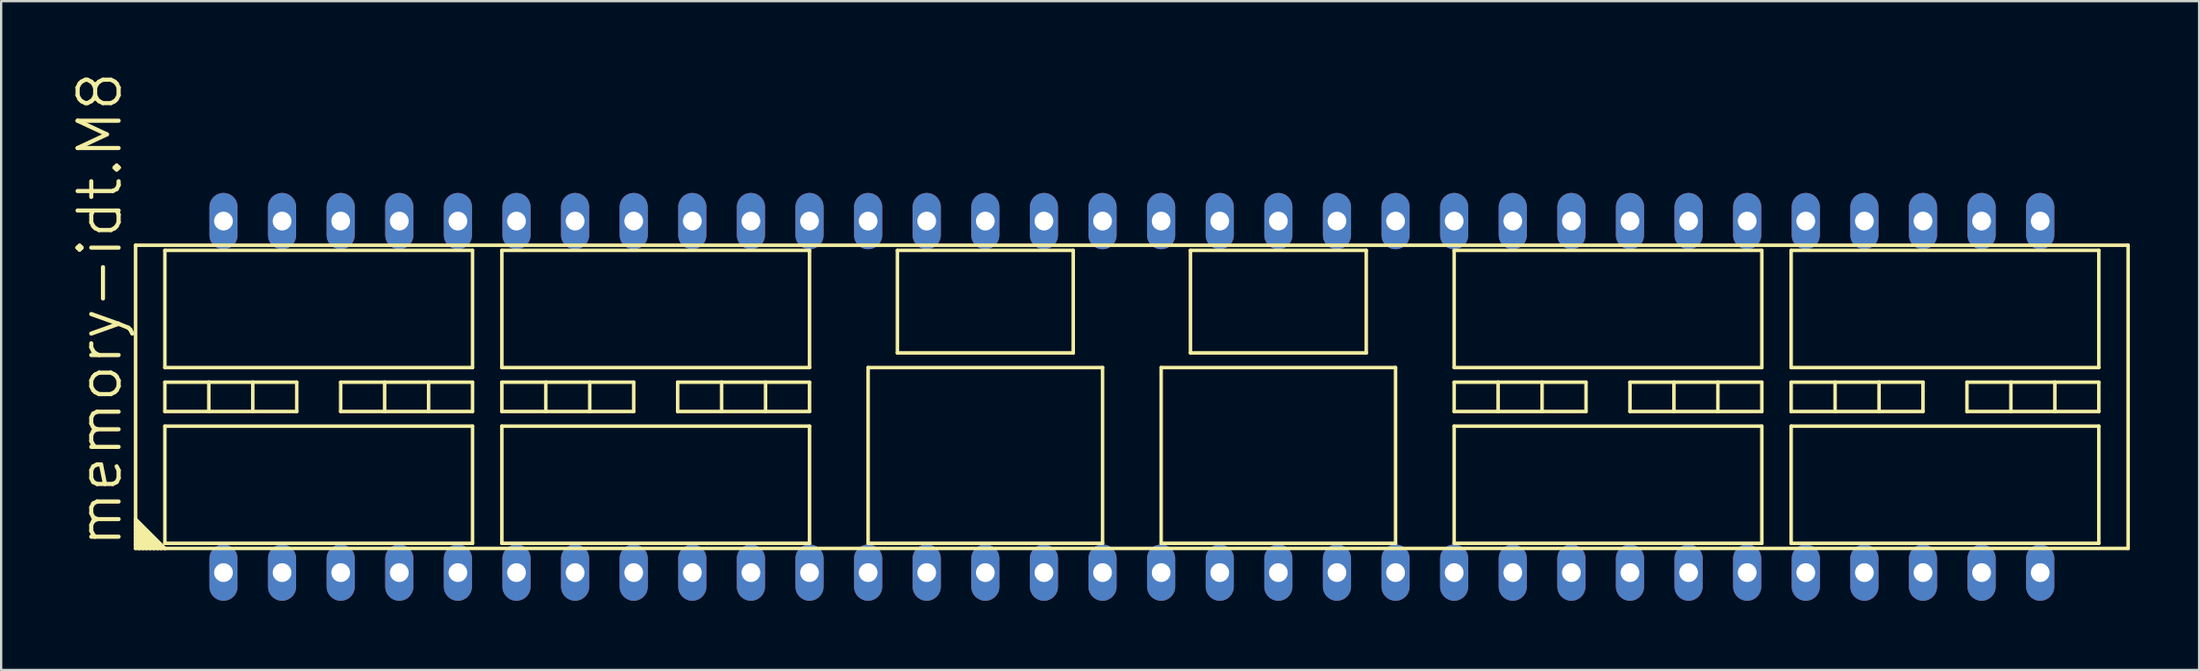
<source format=kicad_pcb>
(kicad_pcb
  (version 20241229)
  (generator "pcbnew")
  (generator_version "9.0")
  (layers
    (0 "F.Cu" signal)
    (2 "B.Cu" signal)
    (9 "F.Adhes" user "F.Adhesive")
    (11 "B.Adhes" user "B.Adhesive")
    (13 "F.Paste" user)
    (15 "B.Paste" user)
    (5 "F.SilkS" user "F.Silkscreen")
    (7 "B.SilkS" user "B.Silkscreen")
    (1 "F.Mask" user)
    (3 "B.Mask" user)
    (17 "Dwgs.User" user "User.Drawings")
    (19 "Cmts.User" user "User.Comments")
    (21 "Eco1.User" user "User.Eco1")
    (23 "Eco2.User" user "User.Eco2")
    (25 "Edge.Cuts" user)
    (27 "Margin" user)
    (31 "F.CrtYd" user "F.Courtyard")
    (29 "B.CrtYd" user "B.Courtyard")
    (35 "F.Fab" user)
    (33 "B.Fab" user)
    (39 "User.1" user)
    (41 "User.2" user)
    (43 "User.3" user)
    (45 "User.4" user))
  (footprint "memory-idt.M8"
    (layer "F.Cu")
    (at 46.006 14.154)
    (property "Reference" "memory-idt.M8" (at -43.688 6.604 90) (layer "F.SilkS") (effects (font (size 1.778 1.778) (thickness 0.18)) (justify left bottom)))
    (attr through_hole)
    (fp_line (start -43.18 -6.572) (end 43.18 -6.572) (stroke (width 0.152) (type default)) (layer "F.SilkS"))
    (fp_line (start -43.18 5.302) (end -43.18 -6.572) (stroke (width 0.152) (type default)) (layer "F.SilkS"))
    (fp_line (start -43.18 5.302) (end -41.91 6.572) (stroke (width 0.152) (type default)) (layer "F.SilkS"))
    (fp_line (start -43.18 5.461) (end -43.18 5.302) (stroke (width 0.152) (type default)) (layer "F.SilkS"))
    (fp_line (start -43.18 5.461) (end -42.069 6.572) (stroke (width 0.152) (type default)) (layer "F.SilkS"))
    (fp_line (start -43.18 5.62) (end -43.18 5.461) (stroke (width 0.152) (type default)) (layer "F.SilkS"))
    (fp_line (start -43.18 5.62) (end -42.228 6.572) (stroke (width 0.152) (type default)) (layer "F.SilkS"))
    (fp_line (start -43.18 5.779) (end -43.18 5.62) (stroke (width 0.152) (type default)) (layer "F.SilkS"))
    (fp_line (start -43.18 5.779) (end -42.386 6.572) (stroke (width 0.152) (type default)) (layer "F.SilkS"))
    (fp_line (start -43.18 5.937) (end -43.18 5.779) (stroke (width 0.152) (type default)) (layer "F.SilkS"))
    (fp_line (start -43.18 5.937) (end -42.545 6.572) (stroke (width 0.152) (type default)) (layer "F.SilkS"))
    (fp_line (start -43.18 6.096) (end -43.18 5.937) (stroke (width 0.152) (type default)) (layer "F.SilkS"))
    (fp_line (start -43.18 6.096) (end -42.704 6.572) (stroke (width 0.152) (type default)) (layer "F.SilkS"))
    (fp_line (start -43.18 6.255) (end -43.18 6.096) (stroke (width 0.152) (type default)) (layer "F.SilkS"))
    (fp_line (start -43.18 6.255) (end -42.863 6.572) (stroke (width 0.152) (type default)) (layer "F.SilkS"))
    (fp_line (start -43.18 6.414) (end -43.18 6.255) (stroke (width 0.152) (type default)) (layer "F.SilkS"))
    (fp_line (start -43.18 6.414) (end -43.021 6.572) (stroke (width 0.152) (type default)) (layer "F.SilkS"))
    (fp_line (start -43.18 6.572) (end -43.18 6.414) (stroke (width 0.152) (type default)) (layer "F.SilkS"))
    (fp_line (start -43.021 6.572) (end -43.18 6.572) (stroke (width 0.152) (type default)) (layer "F.SilkS"))
    (fp_line (start -42.863 6.572) (end -43.021 6.572) (stroke (width 0.152) (type default)) (layer "F.SilkS"))
    (fp_line (start -42.704 6.572) (end -42.863 6.572) (stroke (width 0.152) (type default)) (layer "F.SilkS"))
    (fp_line (start -42.545 6.572) (end -42.704 6.572) (stroke (width 0.152) (type default)) (layer "F.SilkS"))
    (fp_line (start -42.386 6.572) (end -42.545 6.572) (stroke (width 0.152) (type default)) (layer "F.SilkS"))
    (fp_line (start -42.228 6.572) (end -42.386 6.572) (stroke (width 0.152) (type default)) (layer "F.SilkS"))
    (fp_line (start -42.069 6.572) (end -42.228 6.572) (stroke (width 0.152) (type default)) (layer "F.SilkS"))
    (fp_line (start -41.91 -6.35) (end -41.91 -1.27) (stroke (width 0.152) (type default)) (layer "F.SilkS"))
    (fp_line (start -41.91 -1.27) (end -28.575 -1.27) (stroke (width 0.152) (type default)) (layer "F.SilkS"))
    (fp_line (start -41.91 -0.635) (end -40.005 -0.635) (stroke (width 0.152) (type default)) (layer "F.SilkS"))
    (fp_line (start -41.91 0.635) (end -41.91 -0.635) (stroke (width 0.152) (type default)) (layer "F.SilkS"))
    (fp_line (start -41.91 1.27) (end -41.91 6.35) (stroke (width 0.152) (type default)) (layer "F.SilkS"))
    (fp_line (start -41.91 6.35) (end -28.575 6.35) (stroke (width 0.152) (type default)) (layer "F.SilkS"))
    (fp_line (start -41.91 6.572) (end -42.069 6.572) (stroke (width 0.152) (type default)) (layer "F.SilkS"))
    (fp_line (start -40.005 -0.635) (end -38.1 -0.635) (stroke (width 0.152) (type default)) (layer "F.SilkS"))
    (fp_line (start -40.005 0.635) (end -41.91 0.635) (stroke (width 0.152) (type default)) (layer "F.SilkS"))
    (fp_line (start -40.005 0.635) (end -40.005 -0.635) (stroke (width 0.152) (type default)) (layer "F.SilkS"))
    (fp_line (start -38.1 -0.635) (end -36.195 -0.635) (stroke (width 0.152) (type default)) (layer "F.SilkS"))
    (fp_line (start -38.1 0.635) (end -40.005 0.635) (stroke (width 0.152) (type default)) (layer "F.SilkS"))
    (fp_line (start -38.1 0.635) (end -38.1 -0.635) (stroke (width 0.152) (type default)) (layer "F.SilkS"))
    (fp_line (start -36.195 0.635) (end -38.1 0.635) (stroke (width 0.152) (type default)) (layer "F.SilkS"))
    (fp_line (start -36.195 0.635) (end -36.195 -0.635) (stroke (width 0.152) (type default)) (layer "F.SilkS"))
    (fp_line (start -34.29 -0.635) (end -32.385 -0.635) (stroke (width 0.152) (type default)) (layer "F.SilkS"))
    (fp_line (start -34.29 0.635) (end -34.29 -0.635) (stroke (width 0.152) (type default)) (layer "F.SilkS"))
    (fp_line (start -34.29 0.635) (end -32.385 0.635) (stroke (width 0.152) (type default)) (layer "F.SilkS"))
    (fp_line (start -32.385 -0.635) (end -30.48 -0.635) (stroke (width 0.152) (type default)) (layer "F.SilkS"))
    (fp_line (start -32.385 0.635) (end -32.385 -0.635) (stroke (width 0.152) (type default)) (layer "F.SilkS"))
    (fp_line (start -32.385 0.635) (end -30.48 0.635) (stroke (width 0.152) (type default)) (layer "F.SilkS"))
    (fp_line (start -30.48 -0.635) (end -28.575 -0.635) (stroke (width 0.152) (type default)) (layer "F.SilkS"))
    (fp_line (start -30.48 0.635) (end -30.48 -0.635) (stroke (width 0.152) (type default)) (layer "F.SilkS"))
    (fp_line (start -30.48 0.635) (end -28.575 0.635) (stroke (width 0.152) (type default)) (layer "F.SilkS"))
    (fp_line (start -28.575 -6.35) (end -41.91 -6.35) (stroke (width 0.152) (type default)) (layer "F.SilkS"))
    (fp_line (start -28.575 -1.27) (end -28.575 -6.35) (stroke (width 0.152) (type default)) (layer "F.SilkS"))
    (fp_line (start -28.575 0.635) (end -28.575 -0.635) (stroke (width 0.152) (type default)) (layer "F.SilkS"))
    (fp_line (start -28.575 1.27) (end -41.91 1.27) (stroke (width 0.152) (type default)) (layer "F.SilkS"))
    (fp_line (start -28.575 6.35) (end -28.575 1.27) (stroke (width 0.152) (type default)) (layer "F.SilkS"))
    (fp_line (start -27.305 -6.35) (end -27.305 -1.27) (stroke (width 0.152) (type default)) (layer "F.SilkS"))
    (fp_line (start -27.305 -1.27) (end -13.97 -1.27) (stroke (width 0.152) (type default)) (layer "F.SilkS"))
    (fp_line (start -27.305 -0.635) (end -25.4 -0.635) (stroke (width 0.152) (type default)) (layer "F.SilkS"))
    (fp_line (start -27.305 0.635) (end -27.305 -0.635) (stroke (width 0.152) (type default)) (layer "F.SilkS"))
    (fp_line (start -27.305 1.27) (end -27.305 6.35) (stroke (width 0.152) (type default)) (layer "F.SilkS"))
    (fp_line (start -27.305 6.35) (end -13.97 6.35) (stroke (width 0.152) (type default)) (layer "F.SilkS"))
    (fp_line (start -25.4 -0.635) (end -23.495 -0.635) (stroke (width 0.152) (type default)) (layer "F.SilkS"))
    (fp_line (start -25.4 0.635) (end -27.305 0.635) (stroke (width 0.152) (type default)) (layer "F.SilkS"))
    (fp_line (start -25.4 0.635) (end -25.4 -0.635) (stroke (width 0.152) (type default)) (layer "F.SilkS"))
    (fp_line (start -23.495 -0.635) (end -21.59 -0.635) (stroke (width 0.152) (type default)) (layer "F.SilkS"))
    (fp_line (start -23.495 0.635) (end -25.4 0.635) (stroke (width 0.152) (type default)) (layer "F.SilkS"))
    (fp_line (start -23.495 0.635) (end -23.495 -0.635) (stroke (width 0.152) (type default)) (layer "F.SilkS"))
    (fp_line (start -21.59 0.635) (end -23.495 0.635) (stroke (width 0.152) (type default)) (layer "F.SilkS"))
    (fp_line (start -21.59 0.635) (end -21.59 -0.635) (stroke (width 0.152) (type default)) (layer "F.SilkS"))
    (fp_line (start -19.685 -0.635) (end -17.78 -0.635) (stroke (width 0.152) (type default)) (layer "F.SilkS"))
    (fp_line (start -19.685 0.635) (end -19.685 -0.635) (stroke (width 0.152) (type default)) (layer "F.SilkS"))
    (fp_line (start -19.685 0.635) (end -17.78 0.635) (stroke (width 0.152) (type default)) (layer "F.SilkS"))
    (fp_line (start -17.78 -0.635) (end -15.875 -0.635) (stroke (width 0.152) (type default)) (layer "F.SilkS"))
    (fp_line (start -17.78 0.635) (end -17.78 -0.635) (stroke (width 0.152) (type default)) (layer "F.SilkS"))
    (fp_line (start -17.78 0.635) (end -15.875 0.635) (stroke (width 0.152) (type default)) (layer "F.SilkS"))
    (fp_line (start -15.875 -0.635) (end -13.97 -0.635) (stroke (width 0.152) (type default)) (layer "F.SilkS"))
    (fp_line (start -15.875 0.635) (end -15.875 -0.635) (stroke (width 0.152) (type default)) (layer "F.SilkS"))
    (fp_line (start -15.875 0.635) (end -13.97 0.635) (stroke (width 0.152) (type default)) (layer "F.SilkS"))
    (fp_line (start -13.97 -6.35) (end -27.305 -6.35) (stroke (width 0.152) (type default)) (layer "F.SilkS"))
    (fp_line (start -13.97 -1.27) (end -13.97 -6.35) (stroke (width 0.152) (type default)) (layer "F.SilkS"))
    (fp_line (start -13.97 0.635) (end -13.97 -0.635) (stroke (width 0.152) (type default)) (layer "F.SilkS"))
    (fp_line (start -13.97 1.27) (end -27.305 1.27) (stroke (width 0.152) (type default)) (layer "F.SilkS"))
    (fp_line (start -13.97 6.35) (end -13.97 1.27) (stroke (width 0.152) (type default)) (layer "F.SilkS"))
    (fp_line (start -11.43 -1.27) (end -1.27 -1.27) (stroke (width 0.152) (type default)) (layer "F.SilkS"))
    (fp_line (start -11.43 6.35) (end -11.43 -1.27) (stroke (width 0.152) (type default)) (layer "F.SilkS"))
    (fp_line (start -10.16 -6.35) (end -10.16 -1.905) (stroke (width 0.152) (type default)) (layer "F.SilkS"))
    (fp_line (start -10.16 -1.905) (end -2.54 -1.905) (stroke (width 0.152) (type default)) (layer "F.SilkS"))
    (fp_line (start -2.54 -6.35) (end -10.16 -6.35) (stroke (width 0.152) (type default)) (layer "F.SilkS"))
    (fp_line (start -2.54 -1.905) (end -2.54 -6.35) (stroke (width 0.152) (type default)) (layer "F.SilkS"))
    (fp_line (start -1.27 -1.27) (end -1.27 6.35) (stroke (width 0.152) (type default)) (layer "F.SilkS"))
    (fp_line (start -1.27 6.35) (end -11.43 6.35) (stroke (width 0.152) (type default)) (layer "F.SilkS"))
    (fp_line (start 1.27 -1.27) (end 11.43 -1.27) (stroke (width 0.152) (type default)) (layer "F.SilkS"))
    (fp_line (start 1.27 6.35) (end 1.27 -1.27) (stroke (width 0.152) (type default)) (layer "F.SilkS"))
    (fp_line (start 2.54 -6.35) (end 2.54 -1.905) (stroke (width 0.152) (type default)) (layer "F.SilkS"))
    (fp_line (start 2.54 -1.905) (end 10.16 -1.905) (stroke (width 0.152) (type default)) (layer "F.SilkS"))
    (fp_line (start 10.16 -6.35) (end 2.54 -6.35) (stroke (width 0.152) (type default)) (layer "F.SilkS"))
    (fp_line (start 10.16 -1.905) (end 10.16 -6.35) (stroke (width 0.152) (type default)) (layer "F.SilkS"))
    (fp_line (start 11.43 -1.27) (end 11.43 6.35) (stroke (width 0.152) (type default)) (layer "F.SilkS"))
    (fp_line (start 11.43 6.35) (end 1.27 6.35) (stroke (width 0.152) (type default)) (layer "F.SilkS"))
    (fp_line (start 13.97 -6.35) (end 13.97 -1.27) (stroke (width 0.152) (type default)) (layer "F.SilkS"))
    (fp_line (start 13.97 -1.27) (end 27.305 -1.27) (stroke (width 0.152) (type default)) (layer "F.SilkS"))
    (fp_line (start 13.97 -0.635) (end 15.875 -0.635) (stroke (width 0.152) (type default)) (layer "F.SilkS"))
    (fp_line (start 13.97 0.635) (end 13.97 -0.635) (stroke (width 0.152) (type default)) (layer "F.SilkS"))
    (fp_line (start 13.97 1.27) (end 13.97 6.35) (stroke (width 0.152) (type default)) (layer "F.SilkS"))
    (fp_line (start 13.97 6.35) (end 27.305 6.35) (stroke (width 0.152) (type default)) (layer "F.SilkS"))
    (fp_line (start 15.875 -0.635) (end 17.78 -0.635) (stroke (width 0.152) (type default)) (layer "F.SilkS"))
    (fp_line (start 15.875 0.635) (end 13.97 0.635) (stroke (width 0.152) (type default)) (layer "F.SilkS"))
    (fp_line (start 15.875 0.635) (end 15.875 -0.635) (stroke (width 0.152) (type default)) (layer "F.SilkS"))
    (fp_line (start 17.78 -0.635) (end 19.685 -0.635) (stroke (width 0.152) (type default)) (layer "F.SilkS"))
    (fp_line (start 17.78 0.635) (end 15.875 0.635) (stroke (width 0.152) (type default)) (layer "F.SilkS"))
    (fp_line (start 17.78 0.635) (end 17.78 -0.635) (stroke (width 0.152) (type default)) (layer "F.SilkS"))
    (fp_line (start 19.685 0.635) (end 17.78 0.635) (stroke (width 0.152) (type default)) (layer "F.SilkS"))
    (fp_line (start 19.685 0.635) (end 19.685 -0.635) (stroke (width 0.152) (type default)) (layer "F.SilkS"))
    (fp_line (start 21.59 -0.635) (end 23.495 -0.635) (stroke (width 0.152) (type default)) (layer "F.SilkS"))
    (fp_line (start 21.59 0.635) (end 21.59 -0.635) (stroke (width 0.152) (type default)) (layer "F.SilkS"))
    (fp_line (start 21.59 0.635) (end 23.495 0.635) (stroke (width 0.152) (type default)) (layer "F.SilkS"))
    (fp_line (start 23.495 -0.635) (end 25.4 -0.635) (stroke (width 0.152) (type default)) (layer "F.SilkS"))
    (fp_line (start 23.495 0.635) (end 23.495 -0.635) (stroke (width 0.152) (type default)) (layer "F.SilkS"))
    (fp_line (start 23.495 0.635) (end 25.4 0.635) (stroke (width 0.152) (type default)) (layer "F.SilkS"))
    (fp_line (start 25.4 -0.635) (end 27.305 -0.635) (stroke (width 0.152) (type default)) (layer "F.SilkS"))
    (fp_line (start 25.4 0.635) (end 25.4 -0.635) (stroke (width 0.152) (type default)) (layer "F.SilkS"))
    (fp_line (start 25.4 0.635) (end 27.305 0.635) (stroke (width 0.152) (type default)) (layer "F.SilkS"))
    (fp_line (start 27.305 -6.35) (end 13.97 -6.35) (stroke (width 0.152) (type default)) (layer "F.SilkS"))
    (fp_line (start 27.305 -1.27) (end 27.305 -6.35) (stroke (width 0.152) (type default)) (layer "F.SilkS"))
    (fp_line (start 27.305 0.635) (end 27.305 -0.635) (stroke (width 0.152) (type default)) (layer "F.SilkS"))
    (fp_line (start 27.305 1.27) (end 13.97 1.27) (stroke (width 0.152) (type default)) (layer "F.SilkS"))
    (fp_line (start 27.305 6.35) (end 27.305 1.27) (stroke (width 0.152) (type default)) (layer "F.SilkS"))
    (fp_line (start 28.575 -6.35) (end 28.575 -1.27) (stroke (width 0.152) (type default)) (layer "F.SilkS"))
    (fp_line (start 28.575 -1.27) (end 41.91 -1.27) (stroke (width 0.152) (type default)) (layer "F.SilkS"))
    (fp_line (start 28.575 -0.635) (end 30.48 -0.635) (stroke (width 0.152) (type default)) (layer "F.SilkS"))
    (fp_line (start 28.575 0.635) (end 28.575 -0.635) (stroke (width 0.152) (type default)) (layer "F.SilkS"))
    (fp_line (start 28.575 1.27) (end 28.575 6.35) (stroke (width 0.152) (type default)) (layer "F.SilkS"))
    (fp_line (start 28.575 6.35) (end 41.91 6.35) (stroke (width 0.152) (type default)) (layer "F.SilkS"))
    (fp_line (start 30.48 -0.635) (end 32.385 -0.635) (stroke (width 0.152) (type default)) (layer "F.SilkS"))
    (fp_line (start 30.48 0.635) (end 28.575 0.635) (stroke (width 0.152) (type default)) (layer "F.SilkS"))
    (fp_line (start 30.48 0.635) (end 30.48 -0.635) (stroke (width 0.152) (type default)) (layer "F.SilkS"))
    (fp_line (start 32.385 -0.635) (end 34.29 -0.635) (stroke (width 0.152) (type default)) (layer "F.SilkS"))
    (fp_line (start 32.385 0.635) (end 30.48 0.635) (stroke (width 0.152) (type default)) (layer "F.SilkS"))
    (fp_line (start 32.385 0.635) (end 32.385 -0.635) (stroke (width 0.152) (type default)) (layer "F.SilkS"))
    (fp_line (start 34.29 0.635) (end 32.385 0.635) (stroke (width 0.152) (type default)) (layer "F.SilkS"))
    (fp_line (start 34.29 0.635) (end 34.29 -0.635) (stroke (width 0.152) (type default)) (layer "F.SilkS"))
    (fp_line (start 36.195 -0.635) (end 38.1 -0.635) (stroke (width 0.152) (type default)) (layer "F.SilkS"))
    (fp_line (start 36.195 0.635) (end 36.195 -0.635) (stroke (width 0.152) (type default)) (layer "F.SilkS"))
    (fp_line (start 36.195 0.635) (end 38.1 0.635) (stroke (width 0.152) (type default)) (layer "F.SilkS"))
    (fp_line (start 38.1 -0.635) (end 40.005 -0.635) (stroke (width 0.152) (type default)) (layer "F.SilkS"))
    (fp_line (start 38.1 0.635) (end 38.1 -0.635) (stroke (width 0.152) (type default)) (layer "F.SilkS"))
    (fp_line (start 38.1 0.635) (end 40.005 0.635) (stroke (width 0.152) (type default)) (layer "F.SilkS"))
    (fp_line (start 40.005 -0.635) (end 41.91 -0.635) (stroke (width 0.152) (type default)) (layer "F.SilkS"))
    (fp_line (start 40.005 0.635) (end 40.005 -0.635) (stroke (width 0.152) (type default)) (layer "F.SilkS"))
    (fp_line (start 40.005 0.635) (end 41.91 0.635) (stroke (width 0.152) (type default)) (layer "F.SilkS"))
    (fp_line (start 41.91 -6.35) (end 28.575 -6.35) (stroke (width 0.152) (type default)) (layer "F.SilkS"))
    (fp_line (start 41.91 -1.27) (end 41.91 -6.35) (stroke (width 0.152) (type default)) (layer "F.SilkS"))
    (fp_line (start 41.91 0.635) (end 41.91 -0.635) (stroke (width 0.152) (type default)) (layer "F.SilkS"))
    (fp_line (start 41.91 1.27) (end 28.575 1.27) (stroke (width 0.152) (type default)) (layer "F.SilkS"))
    (fp_line (start 41.91 6.35) (end 41.91 1.27) (stroke (width 0.152) (type default)) (layer "F.SilkS"))
    (fp_line (start 43.18 -6.572) (end 43.18 6.572) (stroke (width 0.152) (type default)) (layer "F.SilkS"))
    (fp_line (start 43.18 6.572) (end -41.91 6.572) (stroke (width 0.152) (type default)) (layer "F.SilkS"))
    (pad "1" thru_hole oval (at -39.37 7.62 90) (size 2.438 1.219) (drill 0.813) (layers "*.Cu" "*.Mask"))
    (pad "2" thru_hole oval (at -36.83 7.62 90) (size 2.438 1.219) (drill 0.813) (layers "*.Cu" "*.Mask"))
    (pad "3" thru_hole oval (at -34.29 7.62 90) (size 2.438 1.219) (drill 0.813) (layers "*.Cu" "*.Mask"))
    (pad "4" thru_hole oval (at -31.75 7.62 90) (size 2.438 1.219) (drill 0.813) (layers "*.Cu" "*.Mask"))
    (pad "5" thru_hole oval (at -29.21 7.62 90) (size 2.438 1.219) (drill 0.813) (layers "*.Cu" "*.Mask"))
    (pad "6" thru_hole oval (at -26.67 7.62 90) (size 2.438 1.219) (drill 0.813) (layers "*.Cu" "*.Mask"))
    (pad "7" thru_hole oval (at -24.13 7.62 90) (size 2.438 1.219) (drill 0.813) (layers "*.Cu" "*.Mask"))
    (pad "8" thru_hole oval (at -21.59 7.62 90) (size 2.438 1.219) (drill 0.813) (layers "*.Cu" "*.Mask"))
    (pad "9" thru_hole oval (at -19.05 7.62 90) (size 2.438 1.219) (drill 0.813) (layers "*.Cu" "*.Mask"))
    (pad "10" thru_hole oval (at -16.51 7.62 90) (size 2.438 1.219) (drill 0.813) (layers "*.Cu" "*.Mask"))
    (pad "11" thru_hole oval (at -13.97 7.62 90) (size 2.438 1.219) (drill 0.813) (layers "*.Cu" "*.Mask"))
    (pad "12" thru_hole oval (at -11.43 7.62 90) (size 2.438 1.219) (drill 0.813) (layers "*.Cu" "*.Mask"))
    (pad "13" thru_hole oval (at -8.89 7.62 90) (size 2.438 1.219) (drill 0.813) (layers "*.Cu" "*.Mask"))
    (pad "14" thru_hole oval (at -6.35 7.62 90) (size 2.438 1.219) (drill 0.813) (layers "*.Cu" "*.Mask"))
    (pad "15" thru_hole oval (at -3.81 7.62 90) (size 2.438 1.219) (drill 0.813) (layers "*.Cu" "*.Mask"))
    (pad "16" thru_hole oval (at -1.27 7.62 90) (size 2.438 1.219) (drill 0.813) (layers "*.Cu" "*.Mask"))
    (pad "17" thru_hole oval (at 1.27 7.62 90) (size 2.438 1.219) (drill 0.813) (layers "*.Cu" "*.Mask"))
    (pad "18" thru_hole oval (at 3.81 7.62 90) (size 2.438 1.219) (drill 0.813) (layers "*.Cu" "*.Mask"))
    (pad "19" thru_hole oval (at 6.35 7.62 90) (size 2.438 1.219) (drill 0.813) (layers "*.Cu" "*.Mask"))
    (pad "20" thru_hole oval (at 8.89 7.62 90) (size 2.438 1.219) (drill 0.813) (layers "*.Cu" "*.Mask"))
    (pad "21" thru_hole oval (at 11.43 7.62 90) (size 2.438 1.219) (drill 0.813) (layers "*.Cu" "*.Mask"))
    (pad "22" thru_hole oval (at 13.97 7.62 90) (size 2.438 1.219) (drill 0.813) (layers "*.Cu" "*.Mask"))
    (pad "23" thru_hole oval (at 16.51 7.62 90) (size 2.438 1.219) (drill 0.813) (layers "*.Cu" "*.Mask"))
    (pad "24" thru_hole oval (at 19.05 7.62 90) (size 2.438 1.219) (drill 0.813) (layers "*.Cu" "*.Mask"))
    (pad "25" thru_hole oval (at 21.59 7.62 90) (size 2.438 1.219) (drill 0.813) (layers "*.Cu" "*.Mask"))
    (pad "26" thru_hole oval (at 24.13 7.62 90) (size 2.438 1.219) (drill 0.813) (layers "*.Cu" "*.Mask"))
    (pad "27" thru_hole oval (at 26.67 7.62 90) (size 2.438 1.219) (drill 0.813) (layers "*.Cu" "*.Mask"))
    (pad "28" thru_hole oval (at 29.21 7.62 90) (size 2.438 1.219) (drill 0.813) (layers "*.Cu" "*.Mask"))
    (pad "29" thru_hole oval (at 31.75 7.62 90) (size 2.438 1.219) (drill 0.813) (layers "*.Cu" "*.Mask"))
    (pad "30" thru_hole oval (at 34.29 7.62 90) (size 2.438 1.219) (drill 0.813) (layers "*.Cu" "*.Mask"))
    (pad "31" thru_hole oval (at 36.83 7.62 90) (size 2.438 1.219) (drill 0.813) (layers "*.Cu" "*.Mask"))
    (pad "32" thru_hole oval (at 39.37 7.62 90) (size 2.438 1.219) (drill 0.813) (layers "*.Cu" "*.Mask"))
    (pad "33" thru_hole oval (at 39.37 -7.62 90) (size 2.438 1.219) (drill 0.813) (layers "*.Cu" "*.Mask"))
    (pad "34" thru_hole oval (at 36.83 -7.62 90) (size 2.438 1.219) (drill 0.813) (layers "*.Cu" "*.Mask"))
    (pad "35" thru_hole oval (at 34.29 -7.62 90) (size 2.438 1.219) (drill 0.813) (layers "*.Cu" "*.Mask"))
    (pad "36" thru_hole oval (at 31.75 -7.62 90) (size 2.438 1.219) (drill 0.813) (layers "*.Cu" "*.Mask"))
    (pad "37" thru_hole oval (at 29.21 -7.62 90) (size 2.438 1.219) (drill 0.813) (layers "*.Cu" "*.Mask"))
    (pad "38" thru_hole oval (at 26.67 -7.62 90) (size 2.438 1.219) (drill 0.813) (layers "*.Cu" "*.Mask"))
    (pad "39" thru_hole oval (at 24.13 -7.62 90) (size 2.438 1.219) (drill 0.813) (layers "*.Cu" "*.Mask"))
    (pad "40" thru_hole oval (at 21.59 -7.62 90) (size 2.438 1.219) (drill 0.813) (layers "*.Cu" "*.Mask"))
    (pad "41" thru_hole oval (at 19.05 -7.62 90) (size 2.438 1.219) (drill 0.813) (layers "*.Cu" "*.Mask"))
    (pad "42" thru_hole oval (at 16.51 -7.62 90) (size 2.438 1.219) (drill 0.813) (layers "*.Cu" "*.Mask"))
    (pad "43" thru_hole oval (at 13.97 -7.62 90) (size 2.438 1.219) (drill 0.813) (layers "*.Cu" "*.Mask"))
    (pad "44" thru_hole oval (at 11.43 -7.62 90) (size 2.438 1.219) (drill 0.813) (layers "*.Cu" "*.Mask"))
    (pad "45" thru_hole oval (at 8.89 -7.62 90) (size 2.438 1.219) (drill 0.813) (layers "*.Cu" "*.Mask"))
    (pad "46" thru_hole oval (at 6.35 -7.62 90) (size 2.438 1.219) (drill 0.813) (layers "*.Cu" "*.Mask"))
    (pad "47" thru_hole oval (at 3.81 -7.62 90) (size 2.438 1.219) (drill 0.813) (layers "*.Cu" "*.Mask"))
    (pad "48" thru_hole oval (at 1.27 -7.62 90) (size 2.438 1.219) (drill 0.813) (layers "*.Cu" "*.Mask"))
    (pad "49" thru_hole oval (at -1.27 -7.62 90) (size 2.438 1.219) (drill 0.813) (layers "*.Cu" "*.Mask"))
    (pad "50" thru_hole oval (at -3.81 -7.62 90) (size 2.438 1.219) (drill 0.813) (layers "*.Cu" "*.Mask"))
    (pad "51" thru_hole oval (at -6.35 -7.62 90) (size 2.438 1.219) (drill 0.813) (layers "*.Cu" "*.Mask"))
    (pad "52" thru_hole oval (at -8.89 -7.62 90) (size 2.438 1.219) (drill 0.813) (layers "*.Cu" "*.Mask"))
    (pad "53" thru_hole oval (at -11.43 -7.62 90) (size 2.438 1.219) (drill 0.813) (layers "*.Cu" "*.Mask"))
    (pad "54" thru_hole oval (at -13.97 -7.62 90) (size 2.438 1.219) (drill 0.813) (layers "*.Cu" "*.Mask"))
    (pad "55" thru_hole oval (at -16.51 -7.62 90) (size 2.438 1.219) (drill 0.813) (layers "*.Cu" "*.Mask"))
    (pad "56" thru_hole oval (at -19.05 -7.62 90) (size 2.438 1.219) (drill 0.813) (layers "*.Cu" "*.Mask"))
    (pad "57" thru_hole oval (at -21.59 -7.62 90) (size 2.438 1.219) (drill 0.813) (layers "*.Cu" "*.Mask"))
    (pad "58" thru_hole oval (at -24.13 -7.62 90) (size 2.438 1.219) (drill 0.813) (layers "*.Cu" "*.Mask"))
    (pad "59" thru_hole oval (at -26.67 -7.62 90) (size 2.438 1.219) (drill 0.813) (layers "*.Cu" "*.Mask"))
    (pad "60" thru_hole oval (at -29.21 -7.62 90) (size 2.438 1.219) (drill 0.813) (layers "*.Cu" "*.Mask"))
    (pad "61" thru_hole oval (at -31.75 -7.62 90) (size 2.438 1.219) (drill 0.813) (layers "*.Cu" "*.Mask"))
    (pad "62" thru_hole oval (at -34.29 -7.62 90) (size 2.438 1.219) (drill 0.813) (layers "*.Cu" "*.Mask"))
    (pad "63" thru_hole oval (at -36.83 -7.62 90) (size 2.438 1.219) (drill 0.813) (layers "*.Cu" "*.Mask"))
    (pad "64" thru_hole oval (at -39.37 -7.62 90) (size 2.438 1.219) (drill 0.813) (layers "*.Cu" "*.Mask")))
  (gr_rect
    (start -3 -3)
    (end 92.262 25.994)
    (stroke (width 0.1) (type default))
    (fill no)
    (layer "Edge.Cuts")))
</source>
